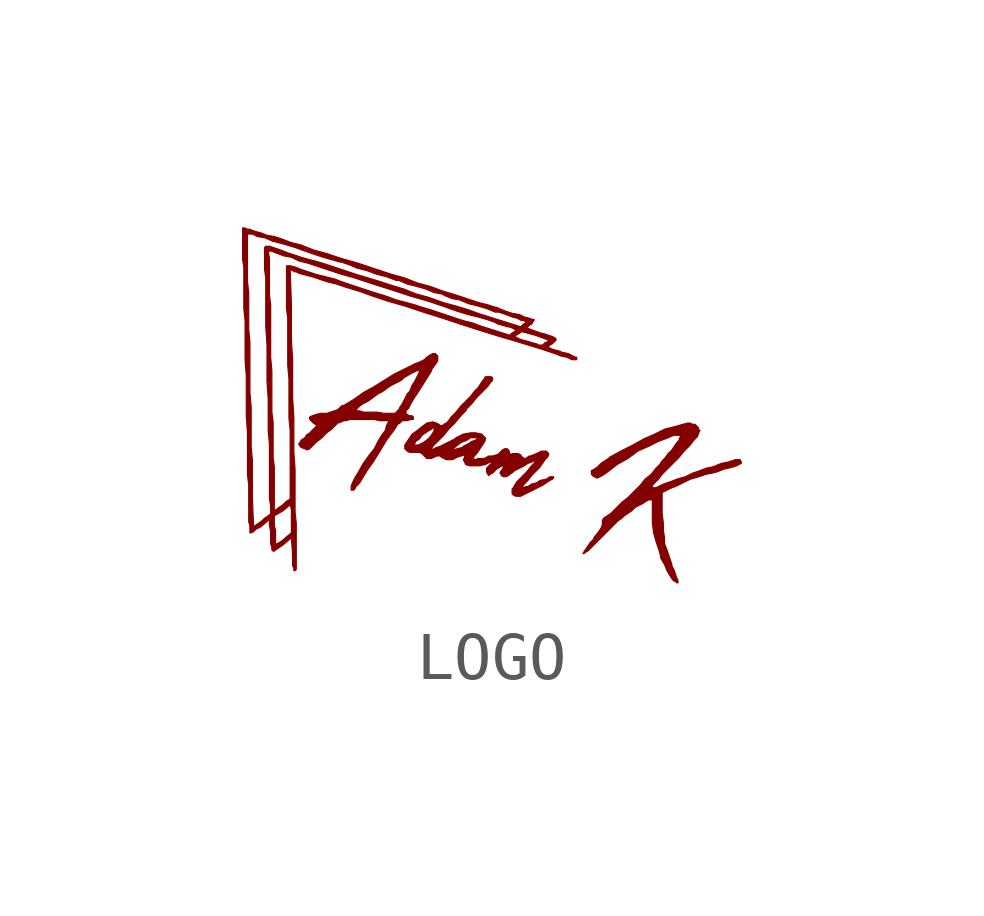
<source format=kicad_sym>
(kicad_symbol_lib
  (version 20211014)
  (generator kicad_symbol_editor)
  (symbol "LOGO"
    (pin_names
      (offset 1.016))
    (property "Reference" "#G"
      (at 0 -4.648 0)
      (effects (font (size 1.524 1.524)) hide))
    (symbol "LOGO_0_0"
      (polyline (pts (xy -2.946 -1.575) (xy -2.921 -1.524) (xy -2.845 -1.448) (xy -2.692 -1.194) (xy -2.565 -1.016) (xy -2.438 -0.813) (xy -2.286 -0.559) (xy -2.134 -0.356) (xy -2.083 -0.279) (xy -2.057 -0.229) (xy -2.007 -0.203) (xy -1.956 -0.152) (xy -1.854 -0.152) (xy -1.778 -0.127) (xy -1.727 -0.127) (xy -1.727 -0.076) (xy -1.753 -0.051) (xy -1.803 -0.051) (xy -1.854 -0.025) (xy -1.88 0) (xy -1.88 0.051) (xy -1.829 0.102) (xy -1.778 0.203) (xy -1.702 0.33) (xy -1.6 0.483) (xy -1.346 0.889) (xy -1.346 0.914) (xy -1.27 1.016) (xy -1.219 1.092) (xy -1.219 1.194) (xy -1.27 1.245) (xy -1.321 1.245) (xy -1.372 1.219) (xy -1.448 1.168) (xy -1.499 1.118) (xy -1.6 1.067) (xy -1.676 1.041) (xy -2.134 0.813) (xy -2.54 0.559) (xy -2.769 0.432) (xy -2.946 0.305) (xy -3.15 0.178) (xy -3.226 0.152) (xy -3.302 0.076) (xy -2.921 0.076) (xy -2.845 0.152) (xy -2.769 0.203) (xy -2.667 0.254) (xy -2.464 0.406) (xy -2.362 0.457) (xy -2.261 0.533) (xy -2.184 0.584) (xy -1.981 0.686) (xy -1.93 0.737) (xy -1.803 0.813) (xy -1.651 0.889) (xy -1.6 0.889) (xy -1.6 0.864) (xy -1.702 0.66) (xy -1.753 0.584) (xy -1.803 0.457) (xy -1.854 0.406) (xy -1.956 0.203) (xy -2.007 0.127) (xy -2.032 0.076) (xy -2.108 0) (xy -2.337 0) (xy -2.489 0.025) (xy -2.769 0.025) (xy -2.845 0.051) (xy -2.896 0.051) (xy -2.921 0.076) (xy -3.302 0.076) (xy -3.531 0) (xy -3.658 0) (xy -3.759 -0.025) (xy -3.835 -0.051) (xy -3.886 -0.076) (xy -3.886 -0.127) (xy -3.81 -0.203) (xy -3.734 -0.254) (xy -3.912 -0.432) (xy -3.937 -0.432) (xy -3.988 -0.508) (xy -4.064 -0.559) (xy -4.089 -0.61) (xy -4.115 -0.635) (xy -4.089 -0.686) (xy -4.064 -0.711) (xy -3.988 -0.737) (xy -3.937 -0.762) (xy -3.886 -0.737) (xy -3.759 -0.61) (xy -3.632 -0.508) (xy -3.531 -0.406) (xy -3.429 -0.33) (xy -3.302 -0.203) (xy -3.226 -0.178) (xy -3.175 -0.152) (xy -3.124 -0.152) (xy -3.048 -0.127) (xy -2.54 -0.127) (xy -2.438 -0.152) (xy -2.261 -0.152) (xy -2.235 -0.178) (xy -2.261 -0.203) (xy -2.286 -0.254) (xy -2.311 -0.356) (xy -2.388 -0.457) (xy -2.464 -0.584) (xy -2.54 -0.737) (xy -2.642 -0.864) (xy -2.769 -1.041) (xy -2.87 -1.219) (xy -2.946 -1.346) (xy -2.997 -1.448) (xy -3.023 -1.524) (xy -3.023 -1.6) (xy -2.972 -1.6) (xy -2.946 -1.575)) (stroke (width 0.025) (type default) (color 0 0 0 0)) (fill (type outline)))
      (polyline (pts (xy 3.785 -3.48) (xy 3.759 -3.429) (xy 3.708 -3.277) (xy 3.658 -3.175) (xy 3.658 -3.15) (xy 3.556 -2.845) (xy 3.505 -2.718) (xy 3.505 -2.591) (xy 3.48 -2.438) (xy 3.48 -2.286) (xy 3.454 -2.083) (xy 3.454 -1.651) (xy 3.658 -1.549) (xy 3.734 -1.524) (xy 4.039 -1.372) (xy 4.216 -1.321) (xy 4.369 -1.27) (xy 4.496 -1.245) (xy 4.597 -1.219) (xy 4.724 -1.168) (xy 4.928 -1.118) (xy 5.004 -1.092) (xy 5.105 -1.041) (xy 5.105 -1.016) (xy 5.08 -0.965) (xy 4.978 -0.965) (xy 4.826 -1.016) (xy 4.699 -1.041) (xy 4.623 -1.067) (xy 4.572 -1.092) (xy 4.496 -1.118) (xy 4.369 -1.143) (xy 4.242 -1.194) (xy 4.089 -1.245) (xy 3.937 -1.321) (xy 3.759 -1.372) (xy 3.632 -1.422) (xy 3.48 -1.473) (xy 3.327 -1.549) (xy 3.251 -1.549) (xy 3.251 -1.499) (xy 3.378 -1.372) (xy 3.454 -1.27) (xy 3.81 -0.914) (xy 3.912 -0.787) (xy 4.039 -0.66) (xy 4.115 -0.559) (xy 4.191 -0.483) (xy 4.216 -0.406) (xy 4.242 -0.356) (xy 4.216 -0.356) (xy 4.216 -0.305) (xy 4.14 -0.229) (xy 4.089 -0.229) (xy 4.039 -0.203) (xy 3.988 -0.203) (xy 3.886 -0.229) (xy 3.708 -0.279) (xy 3.505 -0.33) (xy 3.302 -0.432) (xy 3.073 -0.533) (xy 2.845 -0.66) (xy 2.591 -0.787) (xy 2.362 -0.914) (xy 2.337 -0.94) (xy 2.184 -1.041) (xy 2.108 -1.118) (xy 2.032 -1.168) (xy 1.981 -1.194) (xy 1.981 -1.27) (xy 2.032 -1.321) (xy 2.057 -1.321) (xy 2.083 -1.346) (xy 2.108 -1.346) (xy 2.21 -1.295) (xy 2.286 -1.245) (xy 2.388 -1.168) (xy 2.515 -1.067) (xy 2.743 -0.94) (xy 2.946 -0.787) (xy 3.175 -0.686) (xy 3.378 -0.584) (xy 3.581 -0.508) (xy 3.632 -0.483) (xy 3.708 -0.457) (xy 3.835 -0.457) (xy 3.835 -0.483) (xy 3.81 -0.533) (xy 3.81 -0.559) (xy 3.759 -0.61) (xy 3.658 -0.762) (xy 3.581 -0.838) (xy 3.505 -0.94) (xy 3.454 -0.991) (xy 3.404 -1.067) (xy 3.327 -1.143) (xy 3.226 -1.27) (xy 3.099 -1.372) (xy 2.997 -1.499) (xy 2.743 -1.753) (xy 2.616 -1.854) (xy 2.388 -2.083) (xy 2.235 -2.184) (xy 2.21 -2.235) (xy 2.21 -2.311) (xy 2.184 -2.388) (xy 2.134 -2.464) (xy 2.032 -2.591) (xy 2.032 -2.616) (xy 1.956 -2.692) (xy 1.854 -2.845) (xy 1.829 -2.87) (xy 1.829 -2.896) (xy 1.803 -2.921) (xy 1.829 -2.921) (xy 1.854 -2.896) (xy 1.905 -2.87) (xy 2.54 -2.235) (xy 2.616 -2.184) (xy 2.667 -2.134) (xy 2.819 -2.032) (xy 2.896 -1.956) (xy 3.048 -1.88) (xy 3.124 -1.829) (xy 3.175 -1.803) (xy 3.251 -1.803) (xy 3.251 -2.286) (xy 3.277 -2.489) (xy 3.327 -2.667) (xy 3.404 -2.896) (xy 3.429 -3.023) (xy 3.505 -3.15) (xy 3.556 -3.277) (xy 3.632 -3.404) (xy 3.683 -3.48) (xy 3.734 -3.505) (xy 3.759 -3.531) (xy 3.785 -3.531) (xy 3.785 -3.48)) (stroke (width 0.025) (type default) (color 0 0 0 0)) (fill (type outline)))
      (polyline (pts (xy 0.965 -1.499) (xy 1.118 -1.397) (xy 1.168 -1.372) (xy 1.194 -1.346) (xy 1.194 -1.321) (xy 1.118 -1.321) (xy 1.041 -1.372) (xy 0.914 -1.397) (xy 0.838 -1.448) (xy 0.737 -1.473) (xy 0.66 -1.524) (xy 0.61 -1.524) (xy 0.584 -1.549) (xy 0.559 -1.549) (xy 0.559 -1.499) (xy 0.66 -1.397) (xy 0.737 -1.295) (xy 0.889 -1.143) (xy 0.965 -1.041) (xy 1.016 -0.965) (xy 1.067 -0.914) (xy 1.092 -0.864) (xy 1.092 -0.838) (xy 1.041 -0.787) (xy 0.94 -0.787) (xy 0.838 -0.838) (xy 0.711 -0.889) (xy 0.686 -0.889) (xy 0.61 -0.94) (xy 0.559 -0.94) (xy 0.559 -0.914) (xy 0.533 -0.914) (xy 0.508 -0.864) (xy 0.457 -0.838) (xy 0.33 -0.838) (xy 0.305 -0.864) (xy 0.279 -0.838) (xy 0.279 -0.813) (xy 0.254 -0.762) (xy 0.229 -0.737) (xy 0.178 -0.737) (xy 0.127 -0.762) (xy 0.025 -0.864) (xy 0 -0.864) (xy -0.076 -0.889) (xy -0.152 -0.889) (xy -0.254 -0.94) (xy -0.381 -0.94) (xy -0.432 -0.965) (xy -0.483 -0.94) (xy -0.457 -0.889) (xy -0.406 -0.838) (xy -0.254 -0.61) (xy -0.229 -0.559) (xy -0.229 -0.508) (xy -0.305 -0.432) (xy -0.432 -0.406) (xy -0.533 -0.406) (xy -0.686 -0.432) (xy -0.838 -0.508) (xy -0.864 -0.533) (xy -1.168 -0.686) (xy -1.245 -0.711) (xy -1.346 -0.762) (xy -0.94 -0.762) (xy -0.889 -0.737) (xy -0.838 -0.686) (xy -0.737 -0.61) (xy -0.61 -0.559) (xy -0.533 -0.508) (xy -0.381 -0.508) (xy -0.432 -0.559) (xy -0.508 -0.584) (xy -0.584 -0.635) (xy -0.686 -0.686) (xy -0.711 -0.711) (xy -0.813 -0.737) (xy -0.889 -0.762) (xy -0.94 -0.787) (xy -0.94 -0.762) (xy -1.346 -0.762) (xy -1.346 -0.737) (xy -1.321 -0.686) (xy -1.092 -0.457) (xy -0.991 -0.33) (xy -0.864 -0.203) (xy -0.737 -0.051) (xy -0.635 0.051) (xy -0.61 0.102) (xy -0.508 0.203) (xy -0.406 0.33) (xy -0.178 0.559) (xy -0.127 0.635) (xy -0.076 0.686) (xy -0.076 0.737) (xy -0.102 0.762) (xy -0.229 0.762) (xy -0.254 0.711) (xy -0.279 0.686) (xy -0.381 0.533) (xy -0.457 0.457) (xy -0.533 0.356) (xy -0.737 0.152) (xy -0.838 0.025) (xy -0.94 -0.076) (xy -0.991 -0.152) (xy -1.041 -0.203) (xy -1.092 -0.229) (xy -1.118 -0.254) (xy -1.168 -0.254) (xy -1.194 -0.229) (xy -1.245 -0.203) (xy -1.321 -0.178) (xy -1.448 -0.203) (xy -1.549 -0.279) (xy -1.676 -0.381) (xy -1.753 -0.432) (xy -1.905 -0.66) (xy -1.702 -0.66) (xy -1.702 -0.635) (xy -1.676 -0.584) (xy -1.6 -0.533) (xy -1.549 -0.457) (xy -1.397 -0.356) (xy -1.346 -0.33) (xy -1.321 -0.305) (xy -1.295 -0.305) (xy -1.295 -0.356) (xy -1.321 -0.406) (xy -1.372 -0.483) (xy -1.448 -0.559) (xy -1.524 -0.61) (xy -1.626 -0.66) (xy -1.702 -0.66) (xy -1.905 -0.66) (xy -1.905 -0.737) (xy -1.854 -0.787) (xy -1.803 -0.813) (xy -1.6 -0.813) (xy -1.549 -0.838) (xy -1.448 -0.94) (xy -1.346 -0.94) (xy -1.245 -0.889) (xy -1.168 -0.889) (xy -1.143 -0.914) (xy -1.041 -0.965) (xy -0.914 -0.965) (xy -0.813 -0.914) (xy -0.66 -0.864) (xy -0.635 -0.864) (xy -0.66 -0.889) (xy -0.66 -0.914) (xy -0.686 -0.965) (xy -0.635 -1.067) (xy -0.559 -1.092) (xy -0.356 -1.092) (xy -0.229 -1.067) (xy -0.127 -1.016) (xy -0.102 -1.016) (xy -0.102 -1.041) (xy -0.203 -1.143) (xy -0.203 -1.219) (xy -0.178 -1.27) (xy -0.152 -1.295) (xy -0.127 -1.27) (xy -0.076 -1.245) (xy 0 -1.168) (xy 0.076 -1.118) (xy 0.127 -1.092) (xy 0.152 -1.067) (xy 0.152 -1.092) (xy 0.127 -1.168) (xy 0.102 -1.194) (xy 0.076 -1.245) (xy 0.102 -1.27) (xy 0.102 -1.295) (xy 0.152 -1.321) (xy 0.203 -1.321) (xy 0.254 -1.295) (xy 0.356 -1.219) (xy 0.381 -1.194) (xy 0.584 -1.092) (xy 0.66 -1.041) (xy 0.737 -1.016) (xy 0.787 -0.991) (xy 0.813 -0.991) (xy 0.787 -1.041) (xy 0.711 -1.118) (xy 0.635 -1.219) (xy 0.432 -1.422) (xy 0.381 -1.499) (xy 0.356 -1.549) (xy 0.33 -1.575) (xy 0.33 -1.676) (xy 0.356 -1.702) (xy 0.406 -1.727) (xy 0.508 -1.727) (xy 0.965 -1.499)) (stroke (width 0.025) (type default) (color 0 0 0 0)) (fill (type outline)))
      (polyline (pts (xy -4.166 -3.251) (xy -4.166 -2.286) (xy -4.191 -2.057) (xy -4.191 -1.168) (xy -4.216 -0.813) (xy -4.216 -0.076) (xy -4.242 0.33) (xy -4.242 1.118) (xy -4.267 1.524) (xy -4.267 2.286) (xy -4.293 2.997) (xy -4.191 2.946) (xy -4.166 2.946) (xy -4.115 2.921) (xy -4.039 2.896) (xy -3.835 2.845) (xy -3.531 2.743) (xy -3.327 2.692) (xy -3.099 2.616) (xy -2.845 2.54) (xy -2.565 2.438) (xy -2.261 2.337) (xy -1.905 2.235) (xy -1.524 2.108) (xy -1.118 1.981) (xy -0.66 1.829) (xy -0.178 1.676) (xy 0.152 1.575) (xy 0.406 1.575) (xy 0.406 1.626) (xy 0.457 1.651) (xy 0.533 1.702) (xy 0.813 1.626) (xy 1.092 1.524) (xy 1.041 1.473) (xy 1.016 1.473) (xy 0.965 1.422) (xy 0.889 1.422) (xy 0.838 1.448) (xy 0.737 1.473) (xy 0.66 1.499) (xy 0.559 1.524) (xy 0.483 1.549) (xy 0.432 1.575) (xy 0.406 1.575) (xy 0.152 1.575) (xy 0.33 1.524) (xy 0.914 1.346) (xy 1.219 1.245) (xy 1.346 1.194) (xy 1.473 1.168) (xy 1.575 1.118) (xy 1.676 1.118) (xy 1.676 1.168) (xy 1.651 1.168) (xy 1.499 1.245) (xy 1.372 1.27) (xy 1.321 1.295) (xy 1.219 1.321) (xy 1.143 1.346) (xy 1.092 1.372) (xy 1.067 1.397) (xy 1.092 1.397) (xy 1.118 1.422) (xy 1.168 1.448) (xy 1.245 1.524) (xy 1.245 1.549) (xy 1.219 1.575) (xy 1.168 1.6) (xy 1.016 1.651) (xy 0.914 1.676) (xy 0.635 1.778) (xy 0.711 1.854) (xy 0.737 1.854) (xy 0.762 1.905) (xy 0.787 1.93) (xy 0.787 1.956) (xy 0.762 1.956) (xy 0.686 1.981) (xy 0.584 2.007) (xy 0.483 2.057) (xy 0.33 2.083) (xy 0.178 2.134) (xy 0 2.21) (xy -0.025 2.21) (xy -0.178 2.261) (xy -0.381 2.311) (xy -0.838 2.464) (xy -1.092 2.54) (xy -1.372 2.642) (xy -1.651 2.718) (xy -1.905 2.819) (xy -2.184 2.896) (xy -2.87 3.124) (xy -3.226 3.226) (xy -3.531 3.327) (xy -3.81 3.404) (xy -4.064 3.505) (xy -4.267 3.556) (xy -4.47 3.632) (xy -4.623 3.683) (xy -4.775 3.708) (xy -4.902 3.759) (xy -5.004 3.785) (xy -5.08 3.81) (xy -5.131 3.835) (xy -5.182 3.835) (xy -5.232 3.861) (xy -5.283 3.861) (xy -5.283 3.2) (xy -5.258 3.048) (xy -5.258 2.743) (xy -5.182 2.743) (xy -5.182 3.759) (xy -5.156 3.734) (xy -5.08 3.734) (xy -4.978 3.683) (xy -4.826 3.658) (xy -4.648 3.581) (xy -4.445 3.531) (xy -4.191 3.454) (xy -3.912 3.353) (xy -3.607 3.251) (xy -3.251 3.15) (xy -3.226 3.15) (xy -3.073 3.099) (xy -2.896 3.023) (xy -2.692 2.972) (xy -2.489 2.896) (xy -2.286 2.845) (xy -2.083 2.769) (xy -2.032 2.769) (xy -1.854 2.692) (xy -1.651 2.642) (xy -1.473 2.591) (xy -1.295 2.515) (xy -1.143 2.489) (xy -1.041 2.438) (xy -0.914 2.388) (xy -0.762 2.362) (xy -0.584 2.286) (xy -0.381 2.235) (xy -0.203 2.184) (xy -0.025 2.108) (xy 0.051 2.108) (xy 0.203 2.057) (xy 0.33 2.007) (xy 0.432 1.981) (xy 0.533 1.93) (xy 0.584 1.93) (xy 0.61 1.905) (xy 0.61 1.88) (xy 0.559 1.854) (xy 0.508 1.803) (xy -0.381 2.083) (xy -0.584 2.159) (xy -0.838 2.235) (xy -1.118 2.311) (xy -1.397 2.413) (xy -1.676 2.489) (xy -1.93 2.591) (xy -2.184 2.667) (xy -2.413 2.743) (xy -2.921 2.896) (xy -3.607 3.124) (xy -3.785 3.175) (xy -3.886 3.2) (xy -4.064 3.251) (xy -4.369 3.353) (xy -4.496 3.404) (xy -4.724 3.48) (xy -4.801 3.48) (xy -4.826 3.454) (xy -4.826 3.378) (xy -4.75 3.378) (xy -4.674 3.378) (xy -4.623 3.353) (xy -4.547 3.327) (xy -4.42 3.277) (xy -4.267 3.251) (xy -4.115 3.175) (xy -3.912 3.124) (xy -3.226 2.896) (xy -2.946 2.819) (xy -2.565 2.692) (xy -2.159 2.565) (xy -1.778 2.438) (xy -1.422 2.337) (xy -1.118 2.235) (xy -0.838 2.134) (xy -0.584 2.057) (xy -0.381 2.007) (xy -0.203 1.956) (xy -0.051 1.905) (xy 0.051 1.854) (xy 0.152 1.829) (xy 0.229 1.803) (xy 0.254 1.803) (xy 0.33 1.778) (xy 0.381 1.753) (xy 0.406 1.727) (xy 0.381 1.702) (xy 0.33 1.676) (xy 0.279 1.626) (xy -0.356 1.829) (xy -0.483 1.88) (xy -0.686 1.93) (xy -1.372 2.159) (xy -1.549 2.21) (xy -1.702 2.261) (xy -1.88 2.311) (xy -2.083 2.362) (xy -2.286 2.438) (xy -2.54 2.515) (xy -3.226 2.743) (xy -3.353 2.794) (xy -3.759 2.896) (xy -4.064 2.997) (xy -4.191 3.048) (xy -4.293 3.073) (xy -4.369 3.073) (xy -4.369 2.184) (xy -4.343 1.981) (xy -4.343 0.991) (xy -4.318 0.711) (xy -4.318 -0.102) (xy -4.293 -0.356) (xy -4.293 -1.778) (xy -4.318 -1.803) (xy -4.369 -1.829) (xy -4.445 -1.905) (xy -4.521 -1.956) (xy -4.623 -2.032) (xy -4.623 -1.118) (xy -4.648 -0.914) (xy -4.648 -0.178) (xy -4.674 0.025) (xy -4.674 0.889) (xy -4.699 1.168) (xy -4.699 2.261) (xy -4.724 2.464) (xy -4.724 3.226) (xy -4.75 3.378) (xy -4.826 3.378) (xy -4.826 2.997) (xy -4.801 2.819) (xy -4.801 1.803) (xy -4.775 1.422) (xy -4.775 0.66) (xy -4.75 0.305) (xy -4.75 -0.356) (xy -4.724 -0.66) (xy -4.724 -1.778) (xy -4.699 -1.93) (xy -4.699 -2.108) (xy -4.724 -2.108) (xy -4.75 -2.134) (xy -4.826 -2.184) (xy -4.877 -2.235) (xy -5.055 -2.362) (xy -5.08 -1.753) (xy -5.08 -0.965) (xy -5.105 -0.711) (xy -5.105 0.127) (xy -5.131 0.432) (xy -5.131 1.473) (xy -5.156 1.753) (xy -5.156 2.515) (xy -5.182 2.743) (xy -5.258 2.743) (xy -5.258 2.184) (xy -5.232 1.93) (xy -5.232 1.118) (xy -5.207 0.787) (xy -5.207 -0.051) (xy -5.182 -0.406) (xy -5.182 -1.27) (xy -5.156 -1.499) (xy -5.156 -2.261) (xy -5.131 -2.337) (xy -5.131 -2.489) (xy -5.105 -2.489) (xy -5.055 -2.464) (xy -5.004 -2.413) (xy -4.902 -2.362) (xy -4.724 -2.21) (xy -4.724 -2.337) (xy -4.623 -2.337) (xy -4.623 -2.134) (xy -4.445 -2.032) (xy -4.293 -1.905) (xy -4.267 -2.007) (xy -4.267 -2.489) (xy -4.42 -2.616) (xy -4.445 -2.642) (xy -4.521 -2.692) (xy -4.572 -2.718) (xy -4.597 -2.718) (xy -4.597 -2.438) (xy -4.623 -2.337) (xy -4.724 -2.337) (xy -4.699 -2.464) (xy -4.699 -2.718) (xy -4.674 -2.794) (xy -4.674 -2.845) (xy -4.648 -2.87) (xy -4.623 -2.87) (xy -4.597 -2.845) (xy -4.445 -2.743) (xy -4.267 -2.591) (xy -4.242 -2.946) (xy -4.242 -3.175) (xy -4.216 -3.226) (xy -4.216 -3.277) (xy -4.191 -3.277) (xy -4.166 -3.251)) (stroke (width 0.025) (type default) (color 0 0 0 0)) (fill (type outline))))))
</source>
